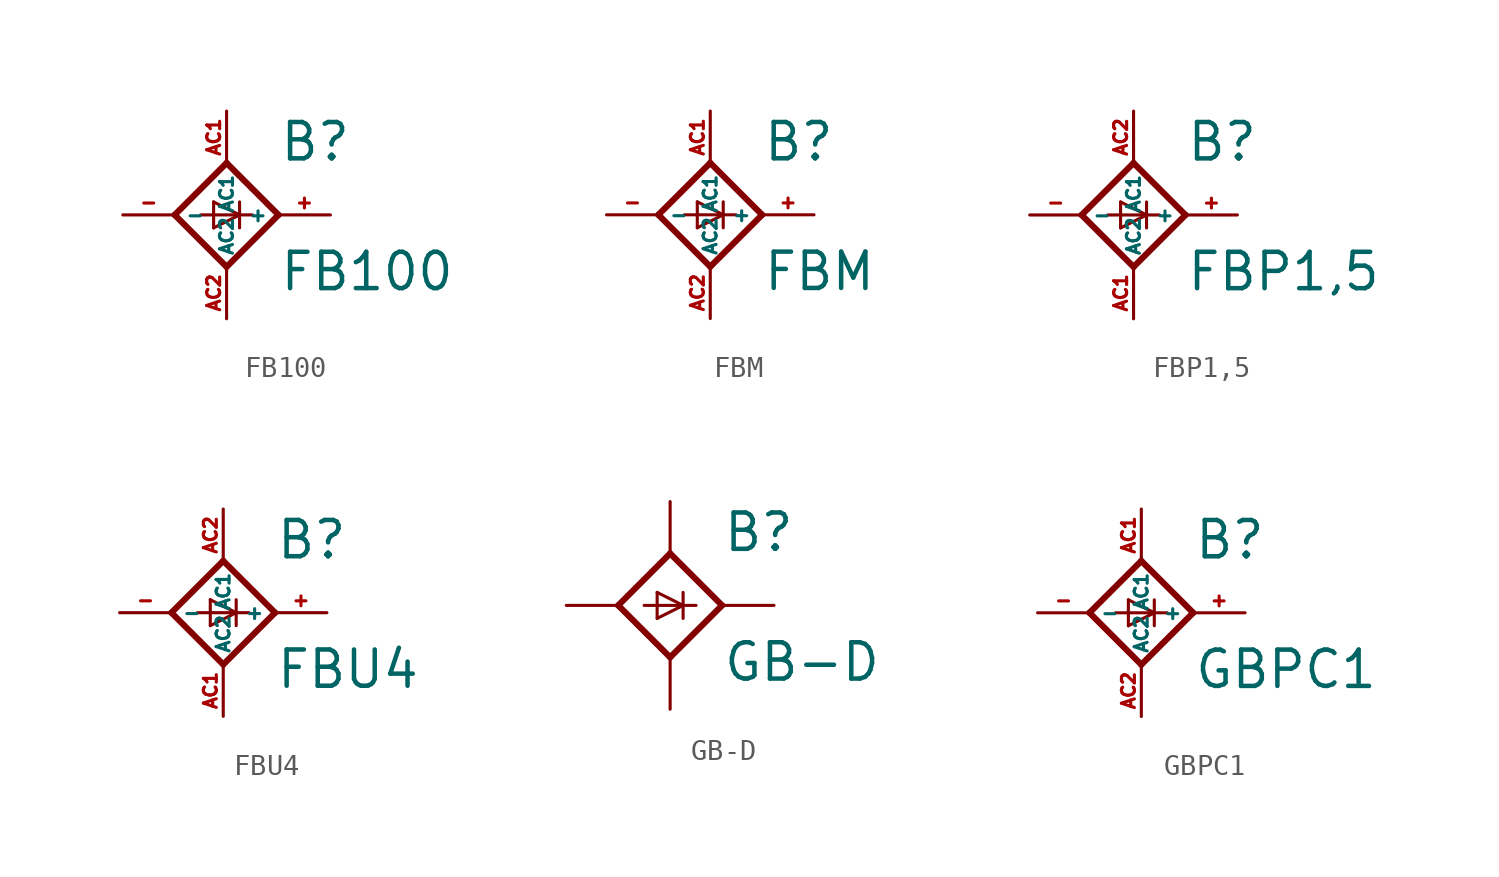
<source format=kicad_sym>
(kicad_symbol_lib
  (version 20220914)
  (generator Eagle2Kicad)
  (symbol "FB100"
    (property "Reference" "B"
      (at 2.54 2.54 0)
      (effects (font (size 1.778 1.778) (thickness 0.22)) (justify left bottom)))
    (property "Value" "FB100"
      (at 2.54 -3.81 0)
      (effects (font (size 1.778 1.778) (thickness 0.22)) (justify left bottom)))
    (polyline
      (pts (xy 0 -2.54) (xy 2.54 0))
      (stroke (width 0.305) (type default))
      (fill (type none)))
    (polyline
      (pts (xy 0 2.54) (xy -2.54 0))
      (stroke (width 0.305) (type default))
      (fill (type none)))
    (polyline
      (pts (xy -2.54 0) (xy 0 -2.54))
      (stroke (width 0.305) (type default))
      (fill (type none)))
    (polyline
      (pts (xy 2.54 0) (xy 0 2.54))
      (stroke (width 0.305) (type default))
      (fill (type none)))
    (polyline
      (pts (xy -1.27 0) (xy 0.635 0))
      (stroke (width 0.152) (type default))
      (fill (type none)))
    (polyline
      (pts (xy -0.635 0.635) (xy -0.635 -0.635))
      (stroke (width 0.152) (type default))
      (fill (type none)))
    (polyline
      (pts (xy -0.635 0.635) (xy 0.635 0))
      (stroke (width 0.152) (type default))
      (fill (type none)))
    (polyline
      (pts (xy 0.635 0) (xy 1.27 0))
      (stroke (width 0.152) (type default))
      (fill (type none)))
    (polyline
      (pts (xy 0.635 0) (xy -0.635 -0.635))
      (stroke (width 0.152) (type default))
      (fill (type none)))
    (polyline
      (pts (xy 0.635 0.635) (xy 0.635 -0.635))
      (stroke (width 0.152) (type default))
      (fill (type none)))
    (pin passive line
      (at 0 5.08 270)
      (length 2.54)
      (name "AC1" (effects (font (size 0.635 0.635) (thickness 0.08)) (justify left bottom)))
      (number "AC1" (effects (font (size 0.635 0.635) (thickness 0.08)) (justify left bottom))))
    (pin passive line
      (at 0 -5.08 90)
      (length 2.54)
      (name "AC2" (effects (font (size 0.635 0.635) (thickness 0.08)) (justify left bottom)))
      (number "AC2" (effects (font (size 0.635 0.635) (thickness 0.08)) (justify left bottom))))
    (pin passive line
      (at -5.08 0 0)
      (length 2.54)
      (name "-" (effects (font (size 0.635 0.635) (thickness 0.08)) (justify left bottom)))
      (number "-" (effects (font (size 0.635 0.635) (thickness 0.08)) (justify left bottom))))
    (pin passive line
      (at 5.08 0 180)
      (length 2.54)
      (name "+" (effects (font (size 0.635 0.635) (thickness 0.08)) (justify left bottom)))
      (number "+" (effects (font (size 0.635 0.635) (thickness 0.08)) (justify left bottom)))))
  (symbol "FBM"
    (property "Reference" "B"
      (at 2.54 2.54 0)
      (effects (font (size 1.778 1.778) (thickness 0.22)) (justify left bottom)))
    (property "Value" "FBM"
      (at 2.54 -3.81 0)
      (effects (font (size 1.778 1.778) (thickness 0.22)) (justify left bottom)))
    (polyline
      (pts (xy 0 -2.54) (xy 2.54 0))
      (stroke (width 0.305) (type default))
      (fill (type none)))
    (polyline
      (pts (xy 0 2.54) (xy -2.54 0))
      (stroke (width 0.305) (type default))
      (fill (type none)))
    (polyline
      (pts (xy -2.54 0) (xy 0 -2.54))
      (stroke (width 0.305) (type default))
      (fill (type none)))
    (polyline
      (pts (xy 2.54 0) (xy 0 2.54))
      (stroke (width 0.305) (type default))
      (fill (type none)))
    (polyline
      (pts (xy -1.27 0) (xy 0.635 0))
      (stroke (width 0.152) (type default))
      (fill (type none)))
    (polyline
      (pts (xy -0.635 0.635) (xy -0.635 -0.635))
      (stroke (width 0.152) (type default))
      (fill (type none)))
    (polyline
      (pts (xy -0.635 0.635) (xy 0.635 0))
      (stroke (width 0.152) (type default))
      (fill (type none)))
    (polyline
      (pts (xy 0.635 0) (xy 1.27 0))
      (stroke (width 0.152) (type default))
      (fill (type none)))
    (polyline
      (pts (xy 0.635 0) (xy -0.635 -0.635))
      (stroke (width 0.152) (type default))
      (fill (type none)))
    (polyline
      (pts (xy 0.635 0.635) (xy 0.635 -0.635))
      (stroke (width 0.152) (type default))
      (fill (type none)))
    (pin passive line
      (at 0 5.08 270)
      (length 2.54)
      (name "AC1" (effects (font (size 0.635 0.635) (thickness 0.08)) (justify left bottom)))
      (number "AC1" (effects (font (size 0.635 0.635) (thickness 0.08)) (justify left bottom))))
    (pin passive line
      (at 0 -5.08 90)
      (length 2.54)
      (name "AC2" (effects (font (size 0.635 0.635) (thickness 0.08)) (justify left bottom)))
      (number "AC2" (effects (font (size 0.635 0.635) (thickness 0.08)) (justify left bottom))))
    (pin passive line
      (at -5.08 0 0)
      (length 2.54)
      (name "-" (effects (font (size 0.635 0.635) (thickness 0.08)) (justify left bottom)))
      (number "-" (effects (font (size 0.635 0.635) (thickness 0.08)) (justify left bottom))))
    (pin passive line
      (at 5.08 0 180)
      (length 2.54)
      (name "+" (effects (font (size 0.635 0.635) (thickness 0.08)) (justify left bottom)))
      (number "+" (effects (font (size 0.635 0.635) (thickness 0.08)) (justify left bottom)))))
  (symbol "FBP1,5"
    (property "Reference" "B"
      (at 2.54 2.54 0)
      (effects (font (size 1.778 1.778) (thickness 0.22)) (justify left bottom)))
    (property "Value" "FBP1,5"
      (at 2.54 -3.81 0)
      (effects (font (size 1.778 1.778) (thickness 0.22)) (justify left bottom)))
    (polyline
      (pts (xy 0 -2.54) (xy 2.54 0))
      (stroke (width 0.305) (type default))
      (fill (type none)))
    (polyline
      (pts (xy 0 2.54) (xy -2.54 0))
      (stroke (width 0.305) (type default))
      (fill (type none)))
    (polyline
      (pts (xy -2.54 0) (xy 0 -2.54))
      (stroke (width 0.305) (type default))
      (fill (type none)))
    (polyline
      (pts (xy 2.54 0) (xy 0 2.54))
      (stroke (width 0.305) (type default))
      (fill (type none)))
    (polyline
      (pts (xy -1.27 0) (xy 0.635 0))
      (stroke (width 0.152) (type default))
      (fill (type none)))
    (polyline
      (pts (xy -0.635 0.635) (xy -0.635 -0.635))
      (stroke (width 0.152) (type default))
      (fill (type none)))
    (polyline
      (pts (xy -0.635 0.635) (xy 0.635 0))
      (stroke (width 0.152) (type default))
      (fill (type none)))
    (polyline
      (pts (xy 0.635 0) (xy 1.27 0))
      (stroke (width 0.152) (type default))
      (fill (type none)))
    (polyline
      (pts (xy 0.635 0) (xy -0.635 -0.635))
      (stroke (width 0.152) (type default))
      (fill (type none)))
    (polyline
      (pts (xy 0.635 0.635) (xy 0.635 -0.635))
      (stroke (width 0.152) (type default))
      (fill (type none)))
    (pin passive line
      (at 0 5.08 270)
      (length 2.54)
      (name "AC1" (effects (font (size 0.635 0.635) (thickness 0.08)) (justify left bottom)))
      (number "AC2" (effects (font (size 0.635 0.635) (thickness 0.08)) (justify left bottom))))
    (pin passive line
      (at 0 -5.08 90)
      (length 2.54)
      (name "AC2" (effects (font (size 0.635 0.635) (thickness 0.08)) (justify left bottom)))
      (number "AC1" (effects (font (size 0.635 0.635) (thickness 0.08)) (justify left bottom))))
    (pin passive line
      (at -5.08 0 0)
      (length 2.54)
      (name "-" (effects (font (size 0.635 0.635) (thickness 0.08)) (justify left bottom)))
      (number "-" (effects (font (size 0.635 0.635) (thickness 0.08)) (justify left bottom))))
    (pin passive line
      (at 5.08 0 180)
      (length 2.54)
      (name "+" (effects (font (size 0.635 0.635) (thickness 0.08)) (justify left bottom)))
      (number "+" (effects (font (size 0.635 0.635) (thickness 0.08)) (justify left bottom)))))
  (symbol "FBU4"
    (property "Reference" "B"
      (at 2.54 2.54 0)
      (effects (font (size 1.778 1.778) (thickness 0.22)) (justify left bottom)))
    (property "Value" "FBU4"
      (at 2.54 -3.81 0)
      (effects (font (size 1.778 1.778) (thickness 0.22)) (justify left bottom)))
    (polyline
      (pts (xy 0 -2.54) (xy 2.54 0))
      (stroke (width 0.305) (type default))
      (fill (type none)))
    (polyline
      (pts (xy 0 2.54) (xy -2.54 0))
      (stroke (width 0.305) (type default))
      (fill (type none)))
    (polyline
      (pts (xy -2.54 0) (xy 0 -2.54))
      (stroke (width 0.305) (type default))
      (fill (type none)))
    (polyline
      (pts (xy 2.54 0) (xy 0 2.54))
      (stroke (width 0.305) (type default))
      (fill (type none)))
    (polyline
      (pts (xy -1.27 0) (xy 0.635 0))
      (stroke (width 0.152) (type default))
      (fill (type none)))
    (polyline
      (pts (xy -0.635 0.635) (xy -0.635 -0.635))
      (stroke (width 0.152) (type default))
      (fill (type none)))
    (polyline
      (pts (xy -0.635 0.635) (xy 0.635 0))
      (stroke (width 0.152) (type default))
      (fill (type none)))
    (polyline
      (pts (xy 0.635 0) (xy 1.27 0))
      (stroke (width 0.152) (type default))
      (fill (type none)))
    (polyline
      (pts (xy 0.635 0) (xy -0.635 -0.635))
      (stroke (width 0.152) (type default))
      (fill (type none)))
    (polyline
      (pts (xy 0.635 0.635) (xy 0.635 -0.635))
      (stroke (width 0.152) (type default))
      (fill (type none)))
    (pin passive line
      (at 0 5.08 270)
      (length 2.54)
      (name "AC1" (effects (font (size 0.635 0.635) (thickness 0.08)) (justify left bottom)))
      (number "AC2" (effects (font (size 0.635 0.635) (thickness 0.08)) (justify left bottom))))
    (pin passive line
      (at 0 -5.08 90)
      (length 2.54)
      (name "AC2" (effects (font (size 0.635 0.635) (thickness 0.08)) (justify left bottom)))
      (number "AC1" (effects (font (size 0.635 0.635) (thickness 0.08)) (justify left bottom))))
    (pin passive line
      (at -5.08 0 0)
      (length 2.54)
      (name "-" (effects (font (size 0.635 0.635) (thickness 0.08)) (justify left bottom)))
      (number "-" (effects (font (size 0.635 0.635) (thickness 0.08)) (justify left bottom))))
    (pin passive line
      (at 5.08 0 180)
      (length 2.54)
      (name "+" (effects (font (size 0.635 0.635) (thickness 0.08)) (justify left bottom)))
      (number "+" (effects (font (size 0.635 0.635) (thickness 0.08)) (justify left bottom)))))
  (symbol "GB-D"
    (property "Reference" "B"
      (at 2.54 2.54 0)
      (effects (font (size 1.778 1.778) (thickness 0.22)) (justify left bottom)))
    (property "Value" "GB-D"
      (at 2.54 -3.81 0)
      (effects (font (size 1.778 1.778) (thickness 0.22)) (justify left bottom)))
    (polyline
      (pts (xy 0 -2.54) (xy 2.54 0))
      (stroke (width 0.305) (type default))
      (fill (type none)))
    (polyline
      (pts (xy 0 2.54) (xy -2.54 0))
      (stroke (width 0.305) (type default))
      (fill (type none)))
    (polyline
      (pts (xy -2.54 0) (xy 0 -2.54))
      (stroke (width 0.305) (type default))
      (fill (type none)))
    (polyline
      (pts (xy 2.54 0) (xy 0 2.54))
      (stroke (width 0.305) (type default))
      (fill (type none)))
    (polyline
      (pts (xy -1.27 0) (xy 0.635 0))
      (stroke (width 0.152) (type default))
      (fill (type none)))
    (polyline
      (pts (xy -0.635 0.635) (xy -0.635 -0.635))
      (stroke (width 0.152) (type default))
      (fill (type none)))
    (polyline
      (pts (xy -0.635 0.635) (xy 0.635 0))
      (stroke (width 0.152) (type default))
      (fill (type none)))
    (polyline
      (pts (xy 0.635 0) (xy 1.27 0))
      (stroke (width 0.152) (type default))
      (fill (type none)))
    (polyline
      (pts (xy 0.635 0) (xy -0.635 -0.635))
      (stroke (width 0.152) (type default))
      (fill (type none)))
    (polyline
      (pts (xy 0.635 0.635) (xy 0.635 -0.635))
      (stroke (width 0.152) (type default))
      (fill (type none)))
    (polyline
      (pts (xy 5.08 0) (xy 2.54 0))
      (stroke (width 0.152) (type default))
      (fill (type none)))
    (polyline
      (pts (xy 0 5.08) (xy 0 2.54))
      (stroke (width 0.152) (type default))
      (fill (type none)))
    (polyline
      (pts (xy -5.08 0) (xy -2.54 0))
      (stroke (width 0.152) (type default))
      (fill (type none)))
    (polyline
      (pts (xy 0 -5.08) (xy 0 -2.54))
      (stroke (width 0.152) (type default))
      (fill (type none))))
  (symbol "GBPC1"
    (property "Reference" "B"
      (at 2.54 2.54 0)
      (effects (font (size 1.778 1.778) (thickness 0.22)) (justify left bottom)))
    (property "Value" "GBPC1"
      (at 2.54 -3.81 0)
      (effects (font (size 1.778 1.778) (thickness 0.22)) (justify left bottom)))
    (polyline
      (pts (xy 0 -2.54) (xy 2.54 0))
      (stroke (width 0.305) (type default))
      (fill (type none)))
    (polyline
      (pts (xy 0 2.54) (xy -2.54 0))
      (stroke (width 0.305) (type default))
      (fill (type none)))
    (polyline
      (pts (xy -2.54 0) (xy 0 -2.54))
      (stroke (width 0.305) (type default))
      (fill (type none)))
    (polyline
      (pts (xy 2.54 0) (xy 0 2.54))
      (stroke (width 0.305) (type default))
      (fill (type none)))
    (polyline
      (pts (xy -1.27 0) (xy 0.635 0))
      (stroke (width 0.152) (type default))
      (fill (type none)))
    (polyline
      (pts (xy -0.635 0.635) (xy -0.635 -0.635))
      (stroke (width 0.152) (type default))
      (fill (type none)))
    (polyline
      (pts (xy -0.635 0.635) (xy 0.635 0))
      (stroke (width 0.152) (type default))
      (fill (type none)))
    (polyline
      (pts (xy 0.635 0) (xy 1.27 0))
      (stroke (width 0.152) (type default))
      (fill (type none)))
    (polyline
      (pts (xy 0.635 0) (xy -0.635 -0.635))
      (stroke (width 0.152) (type default))
      (fill (type none)))
    (polyline
      (pts (xy 0.635 0.635) (xy 0.635 -0.635))
      (stroke (width 0.152) (type default))
      (fill (type none)))
    (pin passive line
      (at 0 5.08 270)
      (length 2.54)
      (name "AC1" (effects (font (size 0.635 0.635) (thickness 0.08)) (justify left bottom)))
      (number "AC1" (effects (font (size 0.635 0.635) (thickness 0.08)) (justify left bottom))))
    (pin passive line
      (at 0 -5.08 90)
      (length 2.54)
      (name "AC2" (effects (font (size 0.635 0.635) (thickness 0.08)) (justify left bottom)))
      (number "AC2" (effects (font (size 0.635 0.635) (thickness 0.08)) (justify left bottom))))
    (pin passive line
      (at -5.08 0 0)
      (length 2.54)
      (name "-" (effects (font (size 0.635 0.635) (thickness 0.08)) (justify left bottom)))
      (number "-" (effects (font (size 0.635 0.635) (thickness 0.08)) (justify left bottom))))
    (pin passive line
      (at 5.08 0 180)
      (length 2.54)
      (name "+" (effects (font (size 0.635 0.635) (thickness 0.08)) (justify left bottom)))
      (number "+" (effects (font (size 0.635 0.635) (thickness 0.08)) (justify left bottom))))))
</source>
